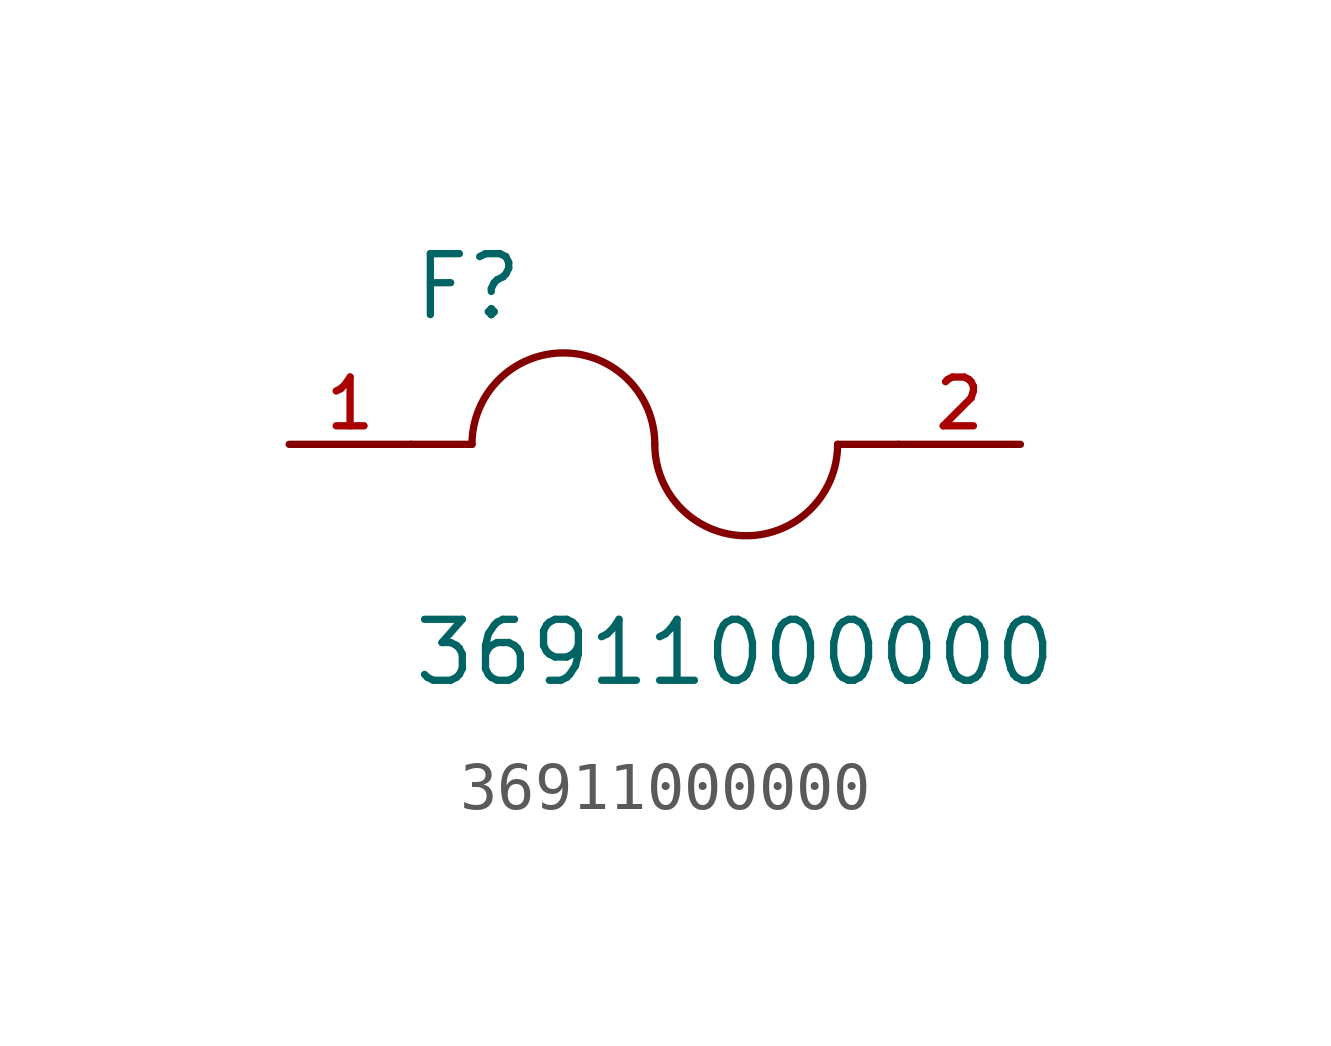
<source format=kicad_sym>
(kicad_symbol_lib
  (version 20211014)
  (generator kicad_symbol_editor)
  (symbol "36911000000"
    (pin_names
      (offset 1.016))
    (property "Reference" "F"
      (at -5.08 2.54 0)
      (effects (font (size 1.27 1.27)) (justify bottom left)))
    (property "Value" "36911000000"
      (at -5.08 -5.08 0)
      (effects (font (size 1.27 1.27)) (justify bottom left)))
    (symbol "36911000000_0_0"
      (arc (start 0.0 0.0) (mid -1.905 1.905) (end -3.81 0.0) (stroke (width 0.1524) (type default) (color 0 0 0 0)) (fill (type none)))
      (arc (start 3.81 0.0) (mid 1.905 -1.905) (end 0.0 0.0) (stroke (width 0.1524) (type default) (color 0 0 0 0)) (fill (type none)))
      (polyline (pts (xy 5.08 0.0) (xy 3.81 0.0)) (stroke (width 0.152)))
      (polyline (pts (xy -5.08 0.0) (xy -3.81 0.0)) (stroke (width 0.152)))
      (pin passive line (at 7.62 0.0 180.0) (length 2.54) (name "~" (effects (font (size 1.016 1.016)))) (number "2" (effects (font (size 1.016 1.016)))))
      (pin passive line (at -7.62 0.0 0) (length 2.54) (name "~" (effects (font (size 1.016 1.016)))) (number "1" (effects (font (size 1.016 1.016))))))))
</source>
